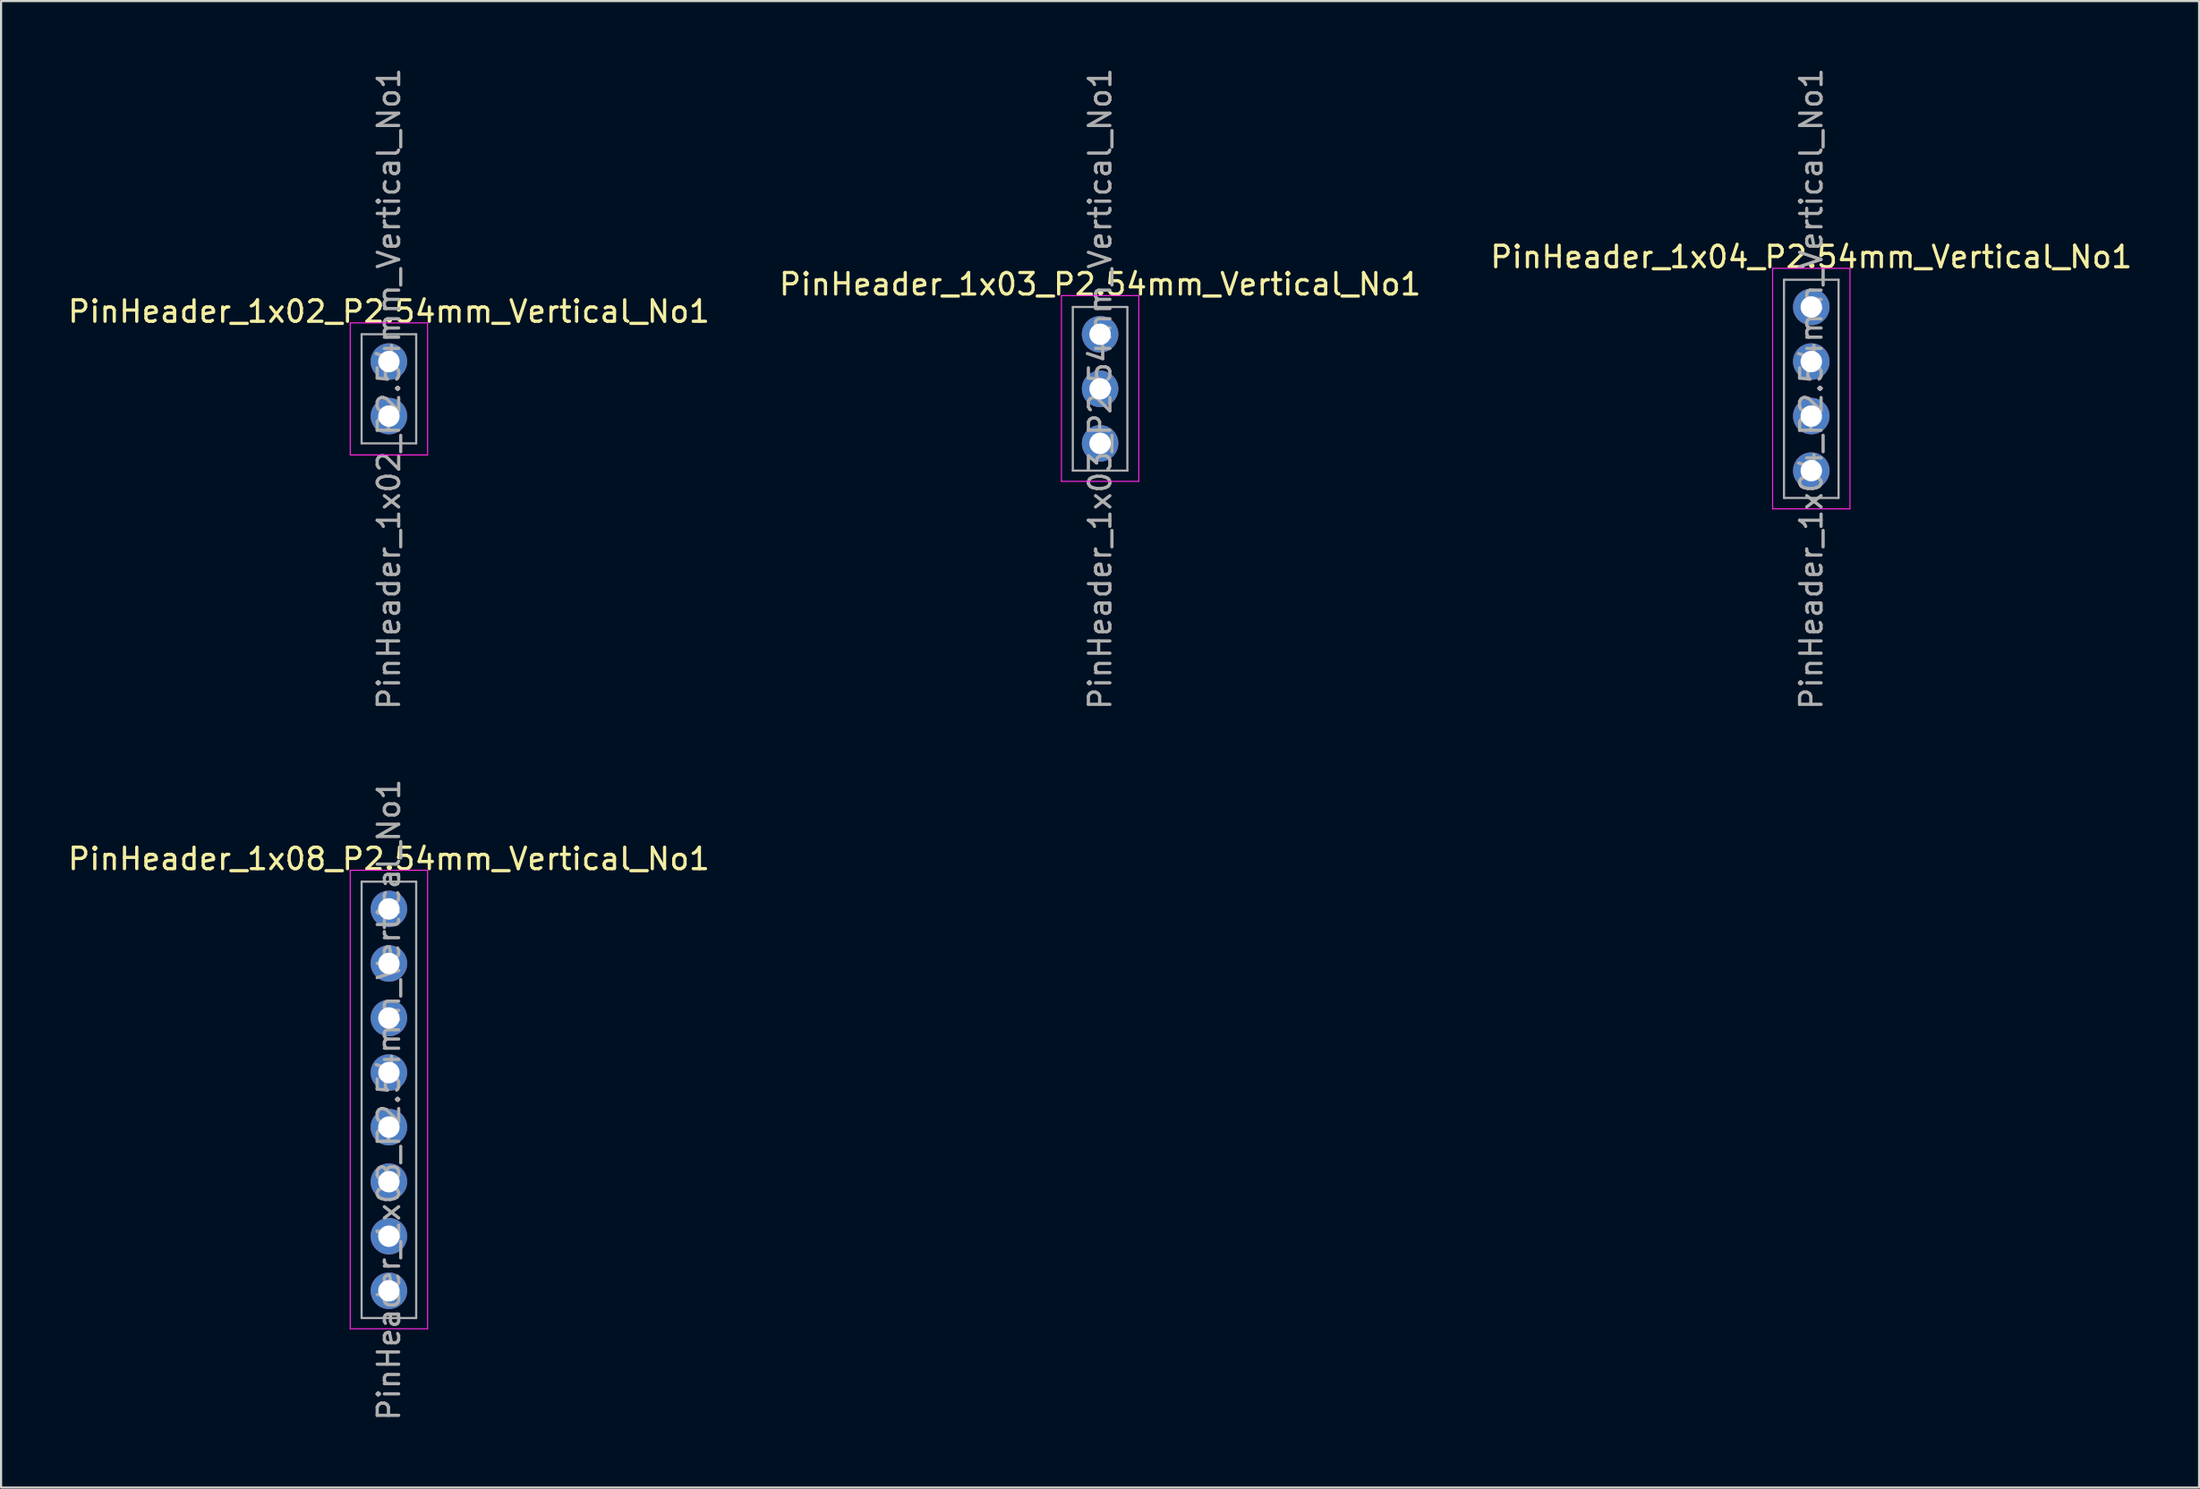
<source format=kicad_pcb>
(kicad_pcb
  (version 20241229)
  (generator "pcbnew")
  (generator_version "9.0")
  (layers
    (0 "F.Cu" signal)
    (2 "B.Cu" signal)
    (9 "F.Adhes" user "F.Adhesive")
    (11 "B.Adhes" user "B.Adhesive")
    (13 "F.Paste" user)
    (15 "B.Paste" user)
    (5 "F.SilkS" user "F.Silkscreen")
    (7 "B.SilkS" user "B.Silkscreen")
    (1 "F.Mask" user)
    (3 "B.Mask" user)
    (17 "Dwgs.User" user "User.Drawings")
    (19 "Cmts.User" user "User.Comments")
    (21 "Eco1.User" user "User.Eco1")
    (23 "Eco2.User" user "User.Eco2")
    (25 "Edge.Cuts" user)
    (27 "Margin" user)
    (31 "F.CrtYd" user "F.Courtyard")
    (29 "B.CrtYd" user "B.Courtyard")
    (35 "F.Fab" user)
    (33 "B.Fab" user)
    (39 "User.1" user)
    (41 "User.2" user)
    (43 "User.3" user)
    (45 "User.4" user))
  (footprint "PinHeader_1x02_P2.54mm_Vertical_No1"
    (layer "F.Cu")
    (at 15.054 13.784)
    (property "Reference" "PinHeader_1x02_P2.54mm_Vertical_No1" (at 0 -2.33 180) (layer "F.SilkS") (effects (font (size 1 1) (thickness 0.15))))
    (attr through_hole)
    (fp_line (start -1.8 -1.8) (end -1.8 4.35) (stroke (width 0.05) (type solid)) (layer "F.CrtYd"))
    (fp_line (start -1.8 4.35) (end 1.8 4.35) (stroke (width 0.05) (type solid)) (layer "F.CrtYd"))
    (fp_line (start 1.8 -1.8) (end -1.8 -1.8) (stroke (width 0.05) (type solid)) (layer "F.CrtYd"))
    (fp_line (start 1.8 4.35) (end 1.8 -1.8) (stroke (width 0.05) (type solid)) (layer "F.CrtYd"))
    (fp_line (start -1.27 -1.27) (end 1.27 -1.27) (stroke (width 0.1) (type solid)) (layer "F.Fab"))
    (fp_line (start -1.27 3.81) (end -1.27 -1.27) (stroke (width 0.1) (type solid)) (layer "F.Fab"))
    (fp_line (start 1.27 -1.27) (end 1.27 3.81) (stroke (width 0.1) (type solid)) (layer "F.Fab"))
    (fp_line (start 1.27 3.81) (end -1.27 3.81) (stroke (width 0.1) (type solid)) (layer "F.Fab"))
    (fp_text user "${REFERENCE}" (at 0 1.27 90) (layer "F.Fab") (effects (font (size 1 1) (thickness 0.15))))
    (pad "1" thru_hole circle (at 0 0) (size 1.7 1.7) (drill 1) (layers "*.Cu" "*.Mask"))
    (pad "2" thru_hole oval (at 0 2.54) (size 1.7 1.7) (drill 1) (layers "*.Cu" "*.Mask")))
  (footprint "PinHeader_1x04_P2.54mm_Vertical_No1"
    (layer "F.Cu")
    (at 81.268 11.244)
    (property "Reference" "PinHeader_1x04_P2.54mm_Vertical_No1" (at 0 -2.33 0) (layer "F.SilkS") (effects (font (size 1 1) (thickness 0.15))))
    (attr through_hole)
    (fp_line (start -1.8 -1.8) (end -1.8 9.4) (stroke (width 0.05) (type solid)) (layer "F.CrtYd"))
    (fp_line (start -1.8 9.4) (end 1.8 9.4) (stroke (width 0.05) (type solid)) (layer "F.CrtYd"))
    (fp_line (start 1.8 -1.8) (end -1.8 -1.8) (stroke (width 0.05) (type solid)) (layer "F.CrtYd"))
    (fp_line (start 1.8 9.4) (end 1.8 -1.8) (stroke (width 0.05) (type solid)) (layer "F.CrtYd"))
    (fp_line (start -1.27 -1.27) (end 1.27 -1.27) (stroke (width 0.1) (type solid)) (layer "F.Fab"))
    (fp_line (start -1.27 8.89) (end -1.27 -1.27) (stroke (width 0.1) (type solid)) (layer "F.Fab"))
    (fp_line (start 1.27 -1.27) (end 1.27 8.89) (stroke (width 0.1) (type solid)) (layer "F.Fab"))
    (fp_line (start 1.27 8.89) (end -1.27 8.89) (stroke (width 0.1) (type solid)) (layer "F.Fab"))
    (fp_text user "${REFERENCE}" (at 0 3.81 90) (layer "F.Fab") (effects (font (size 1 1) (thickness 0.15))))
    (pad "1" thru_hole circle (at 0 0) (size 1.7 1.7) (drill 1) (layers "*.Cu" "*.Mask"))
    (pad "2" thru_hole oval (at 0 2.54) (size 1.7 1.7) (drill 1) (layers "*.Cu" "*.Mask"))
    (pad "3" thru_hole oval (at 0 5.08) (size 1.7 1.7) (drill 1) (layers "*.Cu" "*.Mask"))
    (pad "4" thru_hole oval (at 0 7.62) (size 1.7 1.7) (drill 1) (layers "*.Cu" "*.Mask")))
  (footprint "PinHeader_1x08_P2.54mm_Vertical_No1"
    (layer "F.Cu")
    (at 15.054 39.271)
    (property "Reference" "PinHeader_1x08_P2.54mm_Vertical_No1" (at 0 -2.33 0) (layer "F.SilkS") (effects (font (size 1 1) (thickness 0.15))))
    (attr through_hole)
    (fp_line (start -1.8 -1.8) (end -1.8 19.55) (stroke (width 0.05) (type solid)) (layer "F.CrtYd"))
    (fp_line (start -1.8 19.55) (end 1.8 19.55) (stroke (width 0.05) (type solid)) (layer "F.CrtYd"))
    (fp_line (start 1.8 -1.8) (end -1.8 -1.8) (stroke (width 0.05) (type solid)) (layer "F.CrtYd"))
    (fp_line (start 1.8 19.55) (end 1.8 -1.8) (stroke (width 0.05) (type solid)) (layer "F.CrtYd"))
    (fp_line (start -1.27 -1.27) (end 1.27 -1.27) (stroke (width 0.1) (type solid)) (layer "F.Fab"))
    (fp_line (start -1.27 19.05) (end -1.27 -1.27) (stroke (width 0.1) (type solid)) (layer "F.Fab"))
    (fp_line (start 1.27 -1.27) (end 1.27 19.05) (stroke (width 0.1) (type solid)) (layer "F.Fab"))
    (fp_line (start 1.27 19.05) (end -1.27 19.05) (stroke (width 0.1) (type solid)) (layer "F.Fab"))
    (fp_text user "${REFERENCE}" (at 0 8.89 90) (layer "F.Fab") (effects (font (size 1 1) (thickness 0.15))))
    (pad "1" thru_hole circle (at 0 0) (size 1.7 1.7) (drill 1) (layers "*.Cu" "*.Mask"))
    (pad "2" thru_hole oval (at 0 2.54) (size 1.7 1.7) (drill 1) (layers "*.Cu" "*.Mask"))
    (pad "3" thru_hole oval (at 0 5.08) (size 1.7 1.7) (drill 1) (layers "*.Cu" "*.Mask"))
    (pad "4" thru_hole oval (at 0 7.62) (size 1.7 1.7) (drill 1) (layers "*.Cu" "*.Mask"))
    (pad "5" thru_hole oval (at 0 10.16) (size 1.7 1.7) (drill 1) (layers "*.Cu" "*.Mask"))
    (pad "6" thru_hole oval (at 0 12.7) (size 1.7 1.7) (drill 1) (layers "*.Cu" "*.Mask"))
    (pad "7" thru_hole oval (at 0 15.24) (size 1.7 1.7) (drill 1) (layers "*.Cu" "*.Mask"))
    (pad "8" thru_hole oval (at 0 17.78) (size 1.7 1.7) (drill 1) (layers "*.Cu" "*.Mask")))
  (footprint "PinHeader_1x03_P2.54mm_Vertical_No1"
    (layer "F.Cu")
    (at 48.161 12.514)
    (property "Reference" "PinHeader_1x03_P2.54mm_Vertical_No1" (at 0 -2.33 180) (layer "F.SilkS") (effects (font (size 1 1) (thickness 0.15))))
    (attr through_hole)
    (fp_line (start -1.8 -1.8) (end -1.8 6.85) (stroke (width 0.05) (type solid)) (layer "F.CrtYd"))
    (fp_line (start -1.8 6.85) (end 1.8 6.85) (stroke (width 0.05) (type solid)) (layer "F.CrtYd"))
    (fp_line (start 1.8 -1.8) (end -1.8 -1.8) (stroke (width 0.05) (type solid)) (layer "F.CrtYd"))
    (fp_line (start 1.8 6.85) (end 1.8 -1.8) (stroke (width 0.05) (type solid)) (layer "F.CrtYd"))
    (fp_line (start -1.27 -1.27) (end 1.27 -1.27) (stroke (width 0.1) (type solid)) (layer "F.Fab"))
    (fp_line (start -1.27 6.35) (end -1.27 -1.27) (stroke (width 0.1) (type solid)) (layer "F.Fab"))
    (fp_line (start 1.27 -1.27) (end 1.27 6.35) (stroke (width 0.1) (type solid)) (layer "F.Fab"))
    (fp_line (start 1.27 6.35) (end -1.27 6.35) (stroke (width 0.1) (type solid)) (layer "F.Fab"))
    (fp_text user "${REFERENCE}" (at 0 2.54 90) (layer "F.Fab") (effects (font (size 1 1) (thickness 0.15))))
    (pad "1" thru_hole circle (at 0 0) (size 1.7 1.7) (drill 1) (layers "*.Cu" "*.Mask"))
    (pad "2" thru_hole oval (at 0 2.54) (size 1.7 1.7) (drill 1) (layers "*.Cu" "*.Mask"))
    (pad "3" thru_hole oval (at 0 5.08) (size 1.7 1.7) (drill 1) (layers "*.Cu" "*.Mask")))
  (gr_rect
    (start -3 -3)
    (end 99.321 66.214)
    (stroke (width 0.1) (type default))
    (fill no)
    (layer "Edge.Cuts")))
</source>
